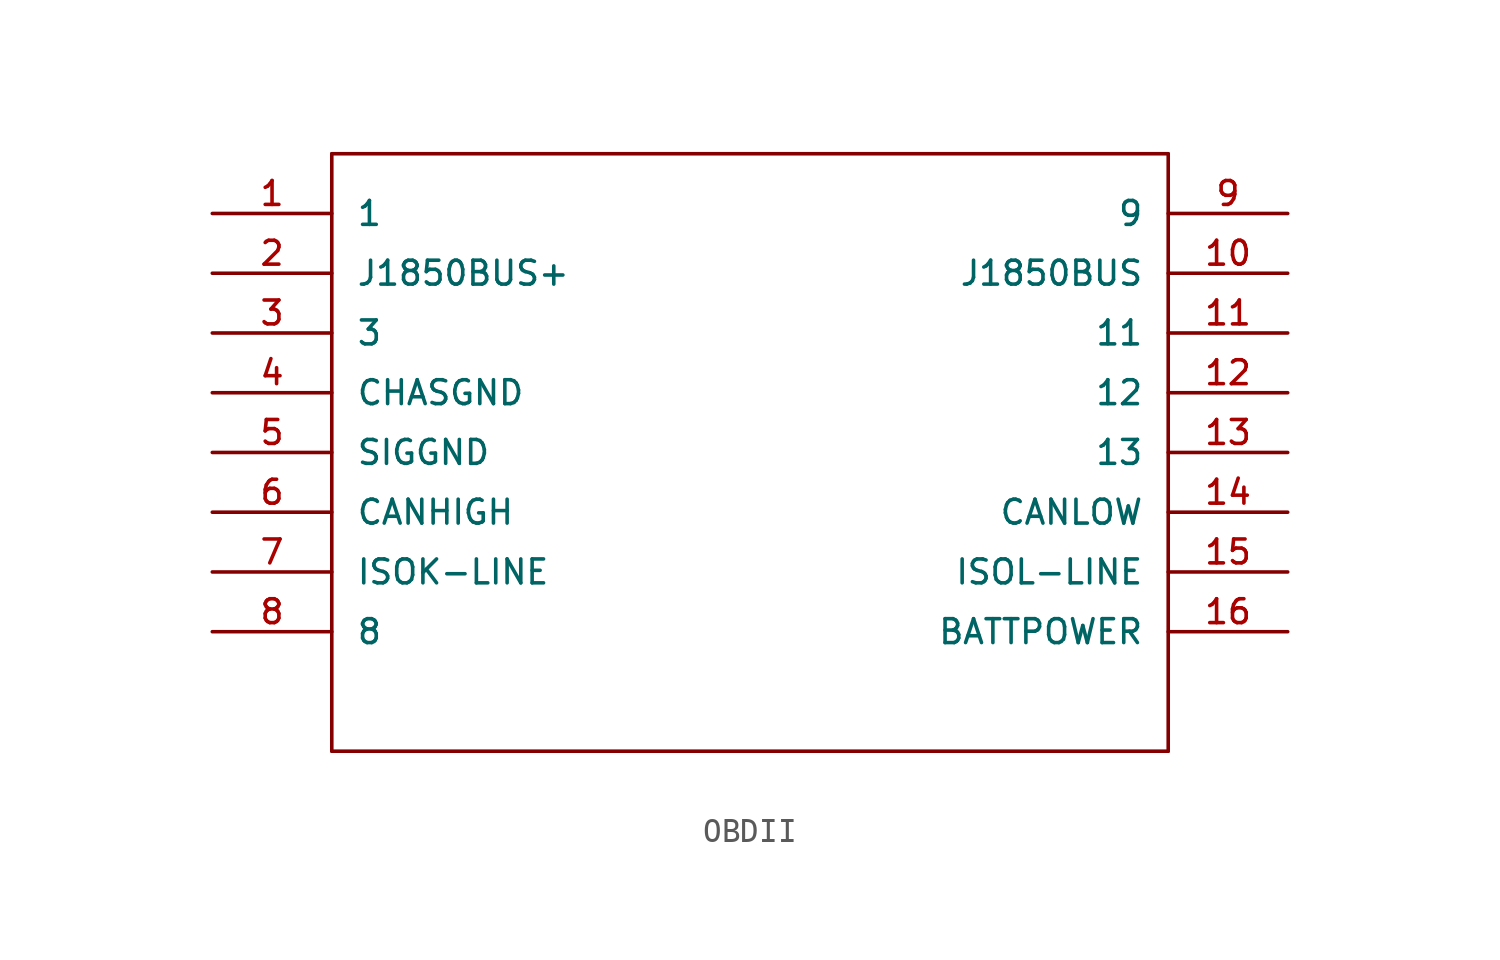
<source format=kicad_sym>
(kicad_symbol_lib
  (version 20241209)
  (generator "kicad_symbol_editor")
  (generator_version "9.0")
  (symbol "OBDII"
    (pin_names
      (offset 1.016))
    (property "Reference" "M"
      (at 0 0 0)
      (effects (font (size 1.27 1.27)) (hide yes)))
    (property "Datasheet" ""
      (at 0 0 0)
      (effects (font (size 1.524 1.524))))
    (property "ki_locked" ""
      (at 0 0 0)
      (effects (font (size 1.27 1.27))))
    (symbol "OBDII_1_0"
      (polyline (pts (xy -17.78 12.7) (xy -17.78 -12.7)) (stroke (width 0) (type solid)) (fill (type none)))
      (polyline (pts (xy -17.78 -12.7) (xy 17.78 -12.7)) (stroke (width 0) (type solid)) (fill (type none)))
      (polyline (pts (xy 17.78 12.7) (xy -17.78 12.7)) (stroke (width 0) (type solid)) (fill (type none)))
      (polyline (pts (xy 17.78 -12.7) (xy 17.78 12.7)) (stroke (width 0) (type solid)) (fill (type none))))
    (symbol "OBDII_1_1"
      (pin bidirectional line (at -22.86 10.16 0) (length 5.08) (name "1" (effects (font (size 1.016 1.016)))) (number "1" (effects (font (size 1.016 1.016)))))
      (pin bidirectional line (at -22.86 7.62 0) (length 5.08) (name "J1850BUS+" (effects (font (size 1.016 1.016)))) (number "2" (effects (font (size 1.016 1.016)))))
      (pin bidirectional line (at -22.86 5.08 0) (length 5.08) (name "3" (effects (font (size 1.016 1.016)))) (number "3" (effects (font (size 1.016 1.016)))))
      (pin bidirectional line (at -22.86 2.54 0) (length 5.08) (name "CHASGND" (effects (font (size 1.016 1.016)))) (number "4" (effects (font (size 1.016 1.016)))))
      (pin bidirectional line (at -22.86 0 0) (length 5.08) (name "SIGGND" (effects (font (size 1.016 1.016)))) (number "5" (effects (font (size 1.016 1.016)))))
      (pin bidirectional line (at -22.86 -2.54 0) (length 5.08) (name "CANHIGH" (effects (font (size 1.016 1.016)))) (number "6" (effects (font (size 1.016 1.016)))))
      (pin bidirectional line (at -22.86 -5.08 0) (length 5.08) (name "ISOK-LINE" (effects (font (size 1.016 1.016)))) (number "7" (effects (font (size 1.016 1.016)))))
      (pin bidirectional line (at -22.86 -7.62 0) (length 5.08) (name "8" (effects (font (size 1.016 1.016)))) (number "8" (effects (font (size 1.016 1.016)))))
      (pin bidirectional line (at 22.86 10.16 180) (length 5.08) (name "9" (effects (font (size 1.016 1.016)))) (number "9" (effects (font (size 1.016 1.016)))))
      (pin bidirectional line (at 22.86 7.62 180) (length 5.08) (name "J1850BUS" (effects (font (size 1.016 1.016)))) (number "10" (effects (font (size 1.016 1.016)))))
      (pin bidirectional line (at 22.86 5.08 180) (length 5.08) (name "11" (effects (font (size 1.016 1.016)))) (number "11" (effects (font (size 1.016 1.016)))))
      (pin bidirectional line (at 22.86 2.54 180) (length 5.08) (name "12" (effects (font (size 1.016 1.016)))) (number "12" (effects (font (size 1.016 1.016)))))
      (pin bidirectional line (at 22.86 0 180) (length 5.08) (name "13" (effects (font (size 1.016 1.016)))) (number "13" (effects (font (size 1.016 1.016)))))
      (pin bidirectional line (at 22.86 -2.54 180) (length 5.08) (name "CANLOW" (effects (font (size 1.016 1.016)))) (number "14" (effects (font (size 1.016 1.016)))))
      (pin bidirectional line (at 22.86 -5.08 180) (length 5.08) (name "ISOL-LINE" (effects (font (size 1.016 1.016)))) (number "15" (effects (font (size 1.016 1.016)))))
      (pin bidirectional line (at 22.86 -7.62 180) (length 5.08) (name "BATTPOWER" (effects (font (size 1.016 1.016)))) (number "16" (effects (font (size 1.016 1.016))))))))
</source>
